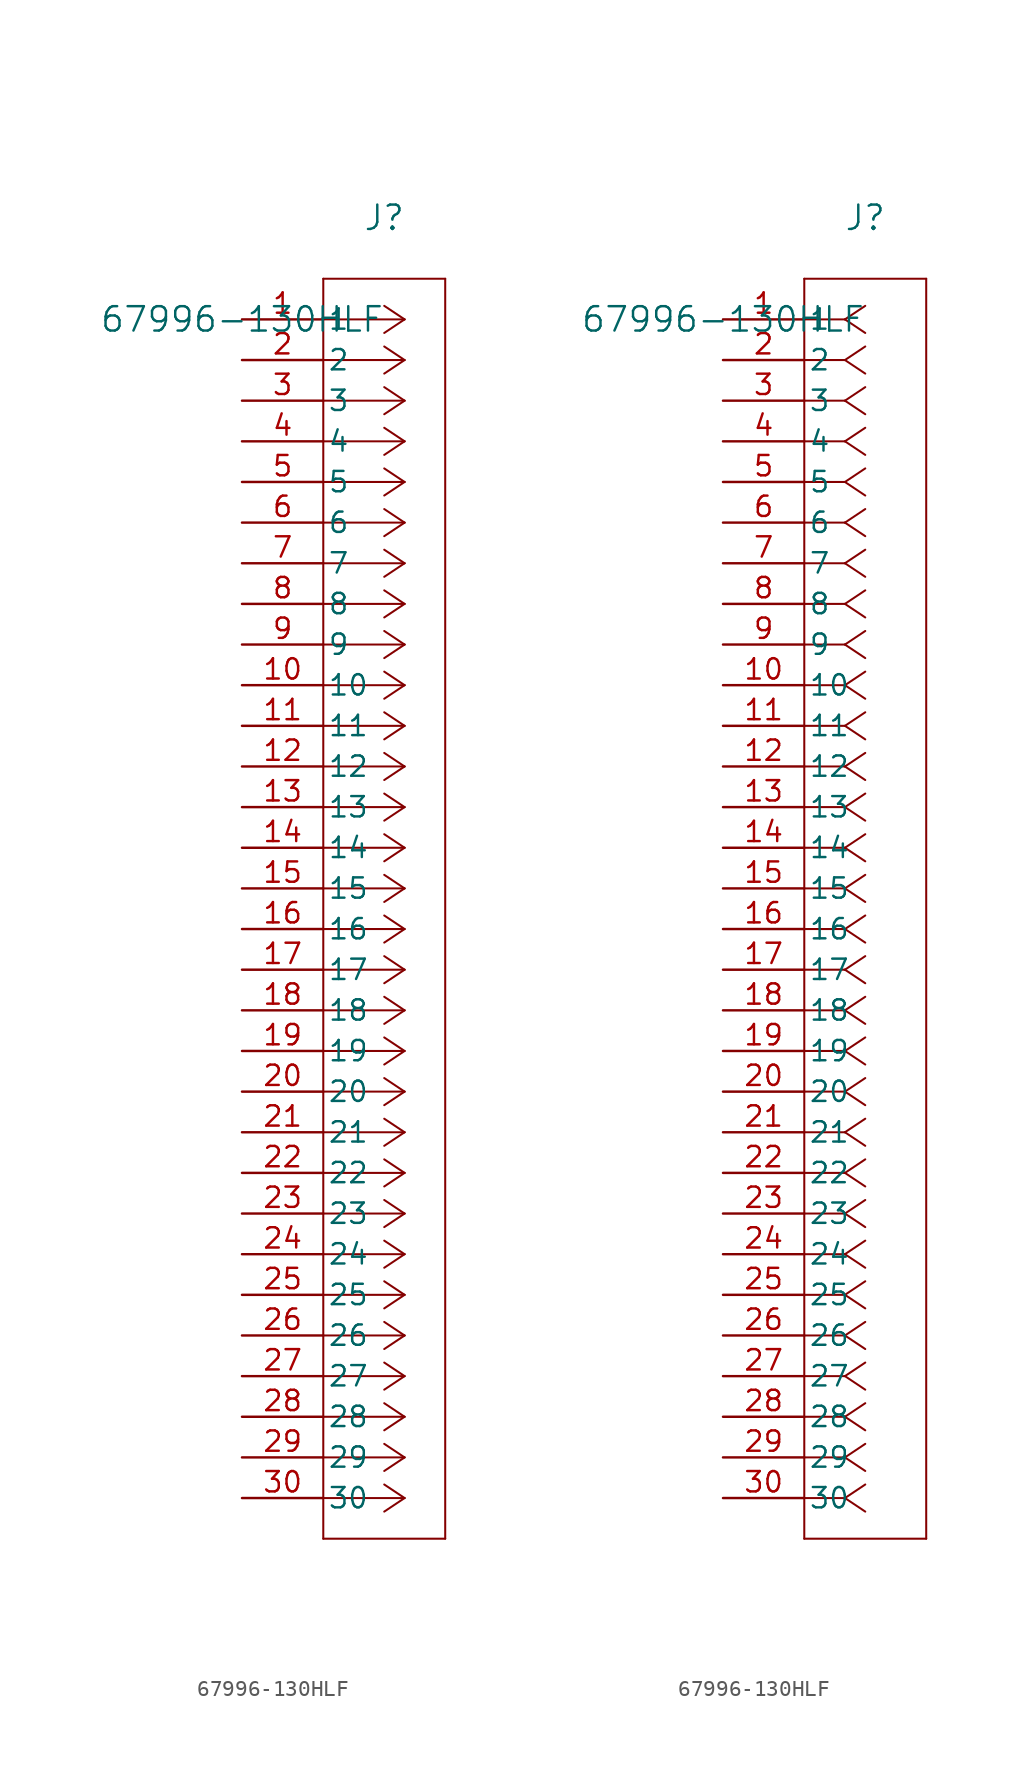
<source format=kicad_sym>
(kicad_symbol_lib
  (version 20211014)
  (generator kicad_symbol_editor)
  (symbol "67996-130HLF"
    (pin_names
      (offset 0.254))
    (property "Reference" "J"
      (at 8.89 6.35 0)
      (effects (font (size 1.524 1.524))))
    (property "Value" "67996-130HLF"
      (at 0 0 0)
      (effects (font (size 1.524 1.524))))
    (symbol "67996-130HLF_1_1"
      (polyline (pts (xy 10.16 0) (xy 5.08 0)) (stroke (width 0.127) (type default) (color 0 0 0 0)) (fill (type none)))
      (polyline (pts (xy 10.16 -2.54) (xy 5.08 -2.54)) (stroke (width 0.127) (type default) (color 0 0 0 0)) (fill (type none)))
      (polyline (pts (xy 10.16 -5.08) (xy 5.08 -5.08)) (stroke (width 0.127) (type default) (color 0 0 0 0)) (fill (type none)))
      (polyline (pts (xy 10.16 -7.62) (xy 5.08 -7.62)) (stroke (width 0.127) (type default) (color 0 0 0 0)) (fill (type none)))
      (polyline (pts (xy 10.16 -10.16) (xy 5.08 -10.16)) (stroke (width 0.127) (type default) (color 0 0 0 0)) (fill (type none)))
      (polyline (pts (xy 10.16 -12.7) (xy 5.08 -12.7)) (stroke (width 0.127) (type default) (color 0 0 0 0)) (fill (type none)))
      (polyline (pts (xy 10.16 -15.24) (xy 5.08 -15.24)) (stroke (width 0.127) (type default) (color 0 0 0 0)) (fill (type none)))
      (polyline (pts (xy 10.16 -17.78) (xy 5.08 -17.78)) (stroke (width 0.127) (type default) (color 0 0 0 0)) (fill (type none)))
      (polyline (pts (xy 10.16 -20.32) (xy 5.08 -20.32)) (stroke (width 0.127) (type default) (color 0 0 0 0)) (fill (type none)))
      (polyline (pts (xy 10.16 -22.86) (xy 5.08 -22.86)) (stroke (width 0.127) (type default) (color 0 0 0 0)) (fill (type none)))
      (polyline (pts (xy 10.16 -25.4) (xy 5.08 -25.4)) (stroke (width 0.127) (type default) (color 0 0 0 0)) (fill (type none)))
      (polyline (pts (xy 10.16 -27.94) (xy 5.08 -27.94)) (stroke (width 0.127) (type default) (color 0 0 0 0)) (fill (type none)))
      (polyline (pts (xy 10.16 -30.48) (xy 5.08 -30.48)) (stroke (width 0.127) (type default) (color 0 0 0 0)) (fill (type none)))
      (polyline (pts (xy 10.16 -33.02) (xy 5.08 -33.02)) (stroke (width 0.127) (type default) (color 0 0 0 0)) (fill (type none)))
      (polyline (pts (xy 10.16 -35.56) (xy 5.08 -35.56)) (stroke (width 0.127) (type default) (color 0 0 0 0)) (fill (type none)))
      (polyline (pts (xy 10.16 -38.1) (xy 5.08 -38.1)) (stroke (width 0.127) (type default) (color 0 0 0 0)) (fill (type none)))
      (polyline (pts (xy 10.16 -40.64) (xy 5.08 -40.64)) (stroke (width 0.127) (type default) (color 0 0 0 0)) (fill (type none)))
      (polyline (pts (xy 10.16 -43.18) (xy 5.08 -43.18)) (stroke (width 0.127) (type default) (color 0 0 0 0)) (fill (type none)))
      (polyline (pts (xy 10.16 -45.72) (xy 5.08 -45.72)) (stroke (width 0.127) (type default) (color 0 0 0 0)) (fill (type none)))
      (polyline (pts (xy 10.16 -48.26) (xy 5.08 -48.26)) (stroke (width 0.127) (type default) (color 0 0 0 0)) (fill (type none)))
      (polyline (pts (xy 10.16 -50.8) (xy 5.08 -50.8)) (stroke (width 0.127) (type default) (color 0 0 0 0)) (fill (type none)))
      (polyline (pts (xy 10.16 -53.34) (xy 5.08 -53.34)) (stroke (width 0.127) (type default) (color 0 0 0 0)) (fill (type none)))
      (polyline (pts (xy 10.16 -55.88) (xy 5.08 -55.88)) (stroke (width 0.127) (type default) (color 0 0 0 0)) (fill (type none)))
      (polyline (pts (xy 10.16 -58.42) (xy 5.08 -58.42)) (stroke (width 0.127) (type default) (color 0 0 0 0)) (fill (type none)))
      (polyline (pts (xy 10.16 -60.96) (xy 5.08 -60.96)) (stroke (width 0.127) (type default) (color 0 0 0 0)) (fill (type none)))
      (polyline (pts (xy 10.16 -63.5) (xy 5.08 -63.5)) (stroke (width 0.127) (type default) (color 0 0 0 0)) (fill (type none)))
      (polyline (pts (xy 10.16 -66.04) (xy 5.08 -66.04)) (stroke (width 0.127) (type default) (color 0 0 0 0)) (fill (type none)))
      (polyline (pts (xy 10.16 -68.58) (xy 5.08 -68.58)) (stroke (width 0.127) (type default) (color 0 0 0 0)) (fill (type none)))
      (polyline (pts (xy 10.16 -71.12) (xy 5.08 -71.12)) (stroke (width 0.127) (type default) (color 0 0 0 0)) (fill (type none)))
      (polyline (pts (xy 10.16 -73.66) (xy 5.08 -73.66)) (stroke (width 0.127) (type default) (color 0 0 0 0)) (fill (type none)))
      (polyline (pts (xy 10.16 0) (xy 8.89 0.847)) (stroke (width 0.127) (type default) (color 0 0 0 0)) (fill (type none)))
      (polyline (pts (xy 10.16 -2.54) (xy 8.89 -1.693)) (stroke (width 0.127) (type default) (color 0 0 0 0)) (fill (type none)))
      (polyline (pts (xy 10.16 -5.08) (xy 8.89 -4.233)) (stroke (width 0.127) (type default) (color 0 0 0 0)) (fill (type none)))
      (polyline (pts (xy 10.16 -7.62) (xy 8.89 -6.773)) (stroke (width 0.127) (type default) (color 0 0 0 0)) (fill (type none)))
      (polyline (pts (xy 10.16 -10.16) (xy 8.89 -9.313)) (stroke (width 0.127) (type default) (color 0 0 0 0)) (fill (type none)))
      (polyline (pts (xy 10.16 -12.7) (xy 8.89 -11.853)) (stroke (width 0.127) (type default) (color 0 0 0 0)) (fill (type none)))
      (polyline (pts (xy 10.16 -15.24) (xy 8.89 -14.393)) (stroke (width 0.127) (type default) (color 0 0 0 0)) (fill (type none)))
      (polyline (pts (xy 10.16 -17.78) (xy 8.89 -16.933)) (stroke (width 0.127) (type default) (color 0 0 0 0)) (fill (type none)))
      (polyline (pts (xy 10.16 -20.32) (xy 8.89 -19.473)) (stroke (width 0.127) (type default) (color 0 0 0 0)) (fill (type none)))
      (polyline (pts (xy 10.16 -22.86) (xy 8.89 -22.013)) (stroke (width 0.127) (type default) (color 0 0 0 0)) (fill (type none)))
      (polyline (pts (xy 10.16 -25.4) (xy 8.89 -24.553)) (stroke (width 0.127) (type default) (color 0 0 0 0)) (fill (type none)))
      (polyline (pts (xy 10.16 -27.94) (xy 8.89 -27.093)) (stroke (width 0.127) (type default) (color 0 0 0 0)) (fill (type none)))
      (polyline (pts (xy 10.16 -30.48) (xy 8.89 -29.633)) (stroke (width 0.127) (type default) (color 0 0 0 0)) (fill (type none)))
      (polyline (pts (xy 10.16 -33.02) (xy 8.89 -32.173)) (stroke (width 0.127) (type default) (color 0 0 0 0)) (fill (type none)))
      (polyline (pts (xy 10.16 -35.56) (xy 8.89 -34.713)) (stroke (width 0.127) (type default) (color 0 0 0 0)) (fill (type none)))
      (polyline (pts (xy 10.16 -38.1) (xy 8.89 -37.253)) (stroke (width 0.127) (type default) (color 0 0 0 0)) (fill (type none)))
      (polyline (pts (xy 10.16 -40.64) (xy 8.89 -39.793)) (stroke (width 0.127) (type default) (color 0 0 0 0)) (fill (type none)))
      (polyline (pts (xy 10.16 -43.18) (xy 8.89 -42.333)) (stroke (width 0.127) (type default) (color 0 0 0 0)) (fill (type none)))
      (polyline (pts (xy 10.16 -45.72) (xy 8.89 -44.873)) (stroke (width 0.127) (type default) (color 0 0 0 0)) (fill (type none)))
      (polyline (pts (xy 10.16 -48.26) (xy 8.89 -47.413)) (stroke (width 0.127) (type default) (color 0 0 0 0)) (fill (type none)))
      (polyline (pts (xy 10.16 -50.8) (xy 8.89 -49.953)) (stroke (width 0.127) (type default) (color 0 0 0 0)) (fill (type none)))
      (polyline (pts (xy 10.16 -53.34) (xy 8.89 -52.493)) (stroke (width 0.127) (type default) (color 0 0 0 0)) (fill (type none)))
      (polyline (pts (xy 10.16 -55.88) (xy 8.89 -55.033)) (stroke (width 0.127) (type default) (color 0 0 0 0)) (fill (type none)))
      (polyline (pts (xy 10.16 -58.42) (xy 8.89 -57.573)) (stroke (width 0.127) (type default) (color 0 0 0 0)) (fill (type none)))
      (polyline (pts (xy 10.16 -60.96) (xy 8.89 -60.113)) (stroke (width 0.127) (type default) (color 0 0 0 0)) (fill (type none)))
      (polyline (pts (xy 10.16 -63.5) (xy 8.89 -62.653)) (stroke (width 0.127) (type default) (color 0 0 0 0)) (fill (type none)))
      (polyline (pts (xy 10.16 -66.04) (xy 8.89 -65.193)) (stroke (width 0.127) (type default) (color 0 0 0 0)) (fill (type none)))
      (polyline (pts (xy 10.16 -68.58) (xy 8.89 -67.733)) (stroke (width 0.127) (type default) (color 0 0 0 0)) (fill (type none)))
      (polyline (pts (xy 10.16 -71.12) (xy 8.89 -70.273)) (stroke (width 0.127) (type default) (color 0 0 0 0)) (fill (type none)))
      (polyline (pts (xy 10.16 -73.66) (xy 8.89 -72.813)) (stroke (width 0.127) (type default) (color 0 0 0 0)) (fill (type none)))
      (polyline (pts (xy 10.16 0) (xy 8.89 -0.847)) (stroke (width 0.127) (type default) (color 0 0 0 0)) (fill (type none)))
      (polyline (pts (xy 10.16 -2.54) (xy 8.89 -3.387)) (stroke (width 0.127) (type default) (color 0 0 0 0)) (fill (type none)))
      (polyline (pts (xy 10.16 -5.08) (xy 8.89 -5.927)) (stroke (width 0.127) (type default) (color 0 0 0 0)) (fill (type none)))
      (polyline (pts (xy 10.16 -7.62) (xy 8.89 -8.467)) (stroke (width 0.127) (type default) (color 0 0 0 0)) (fill (type none)))
      (polyline (pts (xy 10.16 -10.16) (xy 8.89 -11.007)) (stroke (width 0.127) (type default) (color 0 0 0 0)) (fill (type none)))
      (polyline (pts (xy 10.16 -12.7) (xy 8.89 -13.547)) (stroke (width 0.127) (type default) (color 0 0 0 0)) (fill (type none)))
      (polyline (pts (xy 10.16 -15.24) (xy 8.89 -16.087)) (stroke (width 0.127) (type default) (color 0 0 0 0)) (fill (type none)))
      (polyline (pts (xy 10.16 -17.78) (xy 8.89 -18.627)) (stroke (width 0.127) (type default) (color 0 0 0 0)) (fill (type none)))
      (polyline (pts (xy 10.16 -20.32) (xy 8.89 -21.167)) (stroke (width 0.127) (type default) (color 0 0 0 0)) (fill (type none)))
      (polyline (pts (xy 10.16 -22.86) (xy 8.89 -23.707)) (stroke (width 0.127) (type default) (color 0 0 0 0)) (fill (type none)))
      (polyline (pts (xy 10.16 -25.4) (xy 8.89 -26.247)) (stroke (width 0.127) (type default) (color 0 0 0 0)) (fill (type none)))
      (polyline (pts (xy 10.16 -27.94) (xy 8.89 -28.787)) (stroke (width 0.127) (type default) (color 0 0 0 0)) (fill (type none)))
      (polyline (pts (xy 10.16 -30.48) (xy 8.89 -31.327)) (stroke (width 0.127) (type default) (color 0 0 0 0)) (fill (type none)))
      (polyline (pts (xy 10.16 -33.02) (xy 8.89 -33.867)) (stroke (width 0.127) (type default) (color 0 0 0 0)) (fill (type none)))
      (polyline (pts (xy 10.16 -35.56) (xy 8.89 -36.407)) (stroke (width 0.127) (type default) (color 0 0 0 0)) (fill (type none)))
      (polyline (pts (xy 10.16 -38.1) (xy 8.89 -38.947)) (stroke (width 0.127) (type default) (color 0 0 0 0)) (fill (type none)))
      (polyline (pts (xy 10.16 -40.64) (xy 8.89 -41.487)) (stroke (width 0.127) (type default) (color 0 0 0 0)) (fill (type none)))
      (polyline (pts (xy 10.16 -43.18) (xy 8.89 -44.027)) (stroke (width 0.127) (type default) (color 0 0 0 0)) (fill (type none)))
      (polyline (pts (xy 10.16 -45.72) (xy 8.89 -46.567)) (stroke (width 0.127) (type default) (color 0 0 0 0)) (fill (type none)))
      (polyline (pts (xy 10.16 -48.26) (xy 8.89 -49.107)) (stroke (width 0.127) (type default) (color 0 0 0 0)) (fill (type none)))
      (polyline (pts (xy 10.16 -50.8) (xy 8.89 -51.647)) (stroke (width 0.127) (type default) (color 0 0 0 0)) (fill (type none)))
      (polyline (pts (xy 10.16 -53.34) (xy 8.89 -54.187)) (stroke (width 0.127) (type default) (color 0 0 0 0)) (fill (type none)))
      (polyline (pts (xy 10.16 -55.88) (xy 8.89 -56.727)) (stroke (width 0.127) (type default) (color 0 0 0 0)) (fill (type none)))
      (polyline (pts (xy 10.16 -58.42) (xy 8.89 -59.267)) (stroke (width 0.127) (type default) (color 0 0 0 0)) (fill (type none)))
      (polyline (pts (xy 10.16 -60.96) (xy 8.89 -61.807)) (stroke (width 0.127) (type default) (color 0 0 0 0)) (fill (type none)))
      (polyline (pts (xy 10.16 -63.5) (xy 8.89 -64.347)) (stroke (width 0.127) (type default) (color 0 0 0 0)) (fill (type none)))
      (polyline (pts (xy 10.16 -66.04) (xy 8.89 -66.887)) (stroke (width 0.127) (type default) (color 0 0 0 0)) (fill (type none)))
      (polyline (pts (xy 10.16 -68.58) (xy 8.89 -69.427)) (stroke (width 0.127) (type default) (color 0 0 0 0)) (fill (type none)))
      (polyline (pts (xy 10.16 -71.12) (xy 8.89 -71.967)) (stroke (width 0.127) (type default) (color 0 0 0 0)) (fill (type none)))
      (polyline (pts (xy 10.16 -73.66) (xy 8.89 -74.507)) (stroke (width 0.127) (type default) (color 0 0 0 0)) (fill (type none)))
      (polyline (pts (xy 5.08 2.54) (xy 5.08 -76.2)) (stroke (width 0.127) (type default) (color 0 0 0 0)) (fill (type none)))
      (polyline (pts (xy 5.08 -76.2) (xy 12.7 -76.2)) (stroke (width 0.127) (type default) (color 0 0 0 0)) (fill (type none)))
      (polyline (pts (xy 12.7 -76.2) (xy 12.7 2.54)) (stroke (width 0.127) (type default) (color 0 0 0 0)) (fill (type none)))
      (polyline (pts (xy 12.7 2.54) (xy 5.08 2.54)) (stroke (width 0.127) (type default) (color 0 0 0 0)) (fill (type none)))
      (pin unspecified line (at 0 0 0) (length 5.08) (name "1" (effects (font (size 1.27 1.27)))) (number "1" (effects (font (size 1.27 1.27)))))
      (pin unspecified line (at 0 -2.54 0) (length 5.08) (name "2" (effects (font (size 1.27 1.27)))) (number "2" (effects (font (size 1.27 1.27)))))
      (pin unspecified line (at 0 -5.08 0) (length 5.08) (name "3" (effects (font (size 1.27 1.27)))) (number "3" (effects (font (size 1.27 1.27)))))
      (pin unspecified line (at 0 -7.62 0) (length 5.08) (name "4" (effects (font (size 1.27 1.27)))) (number "4" (effects (font (size 1.27 1.27)))))
      (pin unspecified line (at 0 -10.16 0) (length 5.08) (name "5" (effects (font (size 1.27 1.27)))) (number "5" (effects (font (size 1.27 1.27)))))
      (pin unspecified line (at 0 -12.7 0) (length 5.08) (name "6" (effects (font (size 1.27 1.27)))) (number "6" (effects (font (size 1.27 1.27)))))
      (pin unspecified line (at 0 -15.24 0) (length 5.08) (name "7" (effects (font (size 1.27 1.27)))) (number "7" (effects (font (size 1.27 1.27)))))
      (pin unspecified line (at 0 -17.78 0) (length 5.08) (name "8" (effects (font (size 1.27 1.27)))) (number "8" (effects (font (size 1.27 1.27)))))
      (pin unspecified line (at 0 -20.32 0) (length 5.08) (name "9" (effects (font (size 1.27 1.27)))) (number "9" (effects (font (size 1.27 1.27)))))
      (pin unspecified line (at 0 -22.86 0) (length 5.08) (name "10" (effects (font (size 1.27 1.27)))) (number "10" (effects (font (size 1.27 1.27)))))
      (pin unspecified line (at 0 -25.4 0) (length 5.08) (name "11" (effects (font (size 1.27 1.27)))) (number "11" (effects (font (size 1.27 1.27)))))
      (pin unspecified line (at 0 -27.94 0) (length 5.08) (name "12" (effects (font (size 1.27 1.27)))) (number "12" (effects (font (size 1.27 1.27)))))
      (pin unspecified line (at 0 -30.48 0) (length 5.08) (name "13" (effects (font (size 1.27 1.27)))) (number "13" (effects (font (size 1.27 1.27)))))
      (pin unspecified line (at 0 -33.02 0) (length 5.08) (name "14" (effects (font (size 1.27 1.27)))) (number "14" (effects (font (size 1.27 1.27)))))
      (pin unspecified line (at 0 -35.56 0) (length 5.08) (name "15" (effects (font (size 1.27 1.27)))) (number "15" (effects (font (size 1.27 1.27)))))
      (pin unspecified line (at 0 -38.1 0) (length 5.08) (name "16" (effects (font (size 1.27 1.27)))) (number "16" (effects (font (size 1.27 1.27)))))
      (pin unspecified line (at 0 -40.64 0) (length 5.08) (name "17" (effects (font (size 1.27 1.27)))) (number "17" (effects (font (size 1.27 1.27)))))
      (pin unspecified line (at 0 -43.18 0) (length 5.08) (name "18" (effects (font (size 1.27 1.27)))) (number "18" (effects (font (size 1.27 1.27)))))
      (pin unspecified line (at 0 -45.72 0) (length 5.08) (name "19" (effects (font (size 1.27 1.27)))) (number "19" (effects (font (size 1.27 1.27)))))
      (pin unspecified line (at 0 -48.26 0) (length 5.08) (name "20" (effects (font (size 1.27 1.27)))) (number "20" (effects (font (size 1.27 1.27)))))
      (pin unspecified line (at 0 -50.8 0) (length 5.08) (name "21" (effects (font (size 1.27 1.27)))) (number "21" (effects (font (size 1.27 1.27)))))
      (pin unspecified line (at 0 -53.34 0) (length 5.08) (name "22" (effects (font (size 1.27 1.27)))) (number "22" (effects (font (size 1.27 1.27)))))
      (pin unspecified line (at 0 -55.88 0) (length 5.08) (name "23" (effects (font (size 1.27 1.27)))) (number "23" (effects (font (size 1.27 1.27)))))
      (pin unspecified line (at 0 -58.42 0) (length 5.08) (name "24" (effects (font (size 1.27 1.27)))) (number "24" (effects (font (size 1.27 1.27)))))
      (pin unspecified line (at 0 -60.96 0) (length 5.08) (name "25" (effects (font (size 1.27 1.27)))) (number "25" (effects (font (size 1.27 1.27)))))
      (pin unspecified line (at 0 -63.5 0) (length 5.08) (name "26" (effects (font (size 1.27 1.27)))) (number "26" (effects (font (size 1.27 1.27)))))
      (pin unspecified line (at 0 -66.04 0) (length 5.08) (name "27" (effects (font (size 1.27 1.27)))) (number "27" (effects (font (size 1.27 1.27)))))
      (pin unspecified line (at 0 -68.58 0) (length 5.08) (name "28" (effects (font (size 1.27 1.27)))) (number "28" (effects (font (size 1.27 1.27)))))
      (pin unspecified line (at 0 -71.12 0) (length 5.08) (name "29" (effects (font (size 1.27 1.27)))) (number "29" (effects (font (size 1.27 1.27)))))
      (pin unspecified line (at 0 -73.66 0) (length 5.08) (name "30" (effects (font (size 1.27 1.27)))) (number "30" (effects (font (size 1.27 1.27))))))
    (symbol "67996-130HLF_1_2"
      (polyline (pts (xy 7.62 0) (xy 5.08 0)) (stroke (width 0.127) (type default) (color 0 0 0 0)) (fill (type none)))
      (polyline (pts (xy 7.62 -2.54) (xy 5.08 -2.54)) (stroke (width 0.127) (type default) (color 0 0 0 0)) (fill (type none)))
      (polyline (pts (xy 7.62 -5.08) (xy 5.08 -5.08)) (stroke (width 0.127) (type default) (color 0 0 0 0)) (fill (type none)))
      (polyline (pts (xy 7.62 -7.62) (xy 5.08 -7.62)) (stroke (width 0.127) (type default) (color 0 0 0 0)) (fill (type none)))
      (polyline (pts (xy 7.62 -10.16) (xy 5.08 -10.16)) (stroke (width 0.127) (type default) (color 0 0 0 0)) (fill (type none)))
      (polyline (pts (xy 7.62 -12.7) (xy 5.08 -12.7)) (stroke (width 0.127) (type default) (color 0 0 0 0)) (fill (type none)))
      (polyline (pts (xy 7.62 -15.24) (xy 5.08 -15.24)) (stroke (width 0.127) (type default) (color 0 0 0 0)) (fill (type none)))
      (polyline (pts (xy 7.62 -17.78) (xy 5.08 -17.78)) (stroke (width 0.127) (type default) (color 0 0 0 0)) (fill (type none)))
      (polyline (pts (xy 7.62 -20.32) (xy 5.08 -20.32)) (stroke (width 0.127) (type default) (color 0 0 0 0)) (fill (type none)))
      (polyline (pts (xy 7.62 -22.86) (xy 5.08 -22.86)) (stroke (width 0.127) (type default) (color 0 0 0 0)) (fill (type none)))
      (polyline (pts (xy 7.62 -25.4) (xy 5.08 -25.4)) (stroke (width 0.127) (type default) (color 0 0 0 0)) (fill (type none)))
      (polyline (pts (xy 7.62 -27.94) (xy 5.08 -27.94)) (stroke (width 0.127) (type default) (color 0 0 0 0)) (fill (type none)))
      (polyline (pts (xy 7.62 -30.48) (xy 5.08 -30.48)) (stroke (width 0.127) (type default) (color 0 0 0 0)) (fill (type none)))
      (polyline (pts (xy 7.62 -33.02) (xy 5.08 -33.02)) (stroke (width 0.127) (type default) (color 0 0 0 0)) (fill (type none)))
      (polyline (pts (xy 7.62 -35.56) (xy 5.08 -35.56)) (stroke (width 0.127) (type default) (color 0 0 0 0)) (fill (type none)))
      (polyline (pts (xy 7.62 -38.1) (xy 5.08 -38.1)) (stroke (width 0.127) (type default) (color 0 0 0 0)) (fill (type none)))
      (polyline (pts (xy 7.62 -40.64) (xy 5.08 -40.64)) (stroke (width 0.127) (type default) (color 0 0 0 0)) (fill (type none)))
      (polyline (pts (xy 7.62 -43.18) (xy 5.08 -43.18)) (stroke (width 0.127) (type default) (color 0 0 0 0)) (fill (type none)))
      (polyline (pts (xy 7.62 -45.72) (xy 5.08 -45.72)) (stroke (width 0.127) (type default) (color 0 0 0 0)) (fill (type none)))
      (polyline (pts (xy 7.62 -48.26) (xy 5.08 -48.26)) (stroke (width 0.127) (type default) (color 0 0 0 0)) (fill (type none)))
      (polyline (pts (xy 7.62 -50.8) (xy 5.08 -50.8)) (stroke (width 0.127) (type default) (color 0 0 0 0)) (fill (type none)))
      (polyline (pts (xy 7.62 -53.34) (xy 5.08 -53.34)) (stroke (width 0.127) (type default) (color 0 0 0 0)) (fill (type none)))
      (polyline (pts (xy 7.62 -55.88) (xy 5.08 -55.88)) (stroke (width 0.127) (type default) (color 0 0 0 0)) (fill (type none)))
      (polyline (pts (xy 7.62 -58.42) (xy 5.08 -58.42)) (stroke (width 0.127) (type default) (color 0 0 0 0)) (fill (type none)))
      (polyline (pts (xy 7.62 -60.96) (xy 5.08 -60.96)) (stroke (width 0.127) (type default) (color 0 0 0 0)) (fill (type none)))
      (polyline (pts (xy 7.62 -63.5) (xy 5.08 -63.5)) (stroke (width 0.127) (type default) (color 0 0 0 0)) (fill (type none)))
      (polyline (pts (xy 7.62 -66.04) (xy 5.08 -66.04)) (stroke (width 0.127) (type default) (color 0 0 0 0)) (fill (type none)))
      (polyline (pts (xy 7.62 -68.58) (xy 5.08 -68.58)) (stroke (width 0.127) (type default) (color 0 0 0 0)) (fill (type none)))
      (polyline (pts (xy 7.62 -71.12) (xy 5.08 -71.12)) (stroke (width 0.127) (type default) (color 0 0 0 0)) (fill (type none)))
      (polyline (pts (xy 7.62 -73.66) (xy 5.08 -73.66)) (stroke (width 0.127) (type default) (color 0 0 0 0)) (fill (type none)))
      (polyline (pts (xy 7.62 0) (xy 8.89 0.847)) (stroke (width 0.127) (type default) (color 0 0 0 0)) (fill (type none)))
      (polyline (pts (xy 7.62 -2.54) (xy 8.89 -1.693)) (stroke (width 0.127) (type default) (color 0 0 0 0)) (fill (type none)))
      (polyline (pts (xy 7.62 -5.08) (xy 8.89 -4.233)) (stroke (width 0.127) (type default) (color 0 0 0 0)) (fill (type none)))
      (polyline (pts (xy 7.62 -7.62) (xy 8.89 -6.773)) (stroke (width 0.127) (type default) (color 0 0 0 0)) (fill (type none)))
      (polyline (pts (xy 7.62 -10.16) (xy 8.89 -9.313)) (stroke (width 0.127) (type default) (color 0 0 0 0)) (fill (type none)))
      (polyline (pts (xy 7.62 -12.7) (xy 8.89 -11.853)) (stroke (width 0.127) (type default) (color 0 0 0 0)) (fill (type none)))
      (polyline (pts (xy 7.62 -15.24) (xy 8.89 -14.393)) (stroke (width 0.127) (type default) (color 0 0 0 0)) (fill (type none)))
      (polyline (pts (xy 7.62 -17.78) (xy 8.89 -16.933)) (stroke (width 0.127) (type default) (color 0 0 0 0)) (fill (type none)))
      (polyline (pts (xy 7.62 -20.32) (xy 8.89 -19.473)) (stroke (width 0.127) (type default) (color 0 0 0 0)) (fill (type none)))
      (polyline (pts (xy 7.62 -22.86) (xy 8.89 -22.013)) (stroke (width 0.127) (type default) (color 0 0 0 0)) (fill (type none)))
      (polyline (pts (xy 7.62 -25.4) (xy 8.89 -24.553)) (stroke (width 0.127) (type default) (color 0 0 0 0)) (fill (type none)))
      (polyline (pts (xy 7.62 -27.94) (xy 8.89 -27.093)) (stroke (width 0.127) (type default) (color 0 0 0 0)) (fill (type none)))
      (polyline (pts (xy 7.62 -30.48) (xy 8.89 -29.633)) (stroke (width 0.127) (type default) (color 0 0 0 0)) (fill (type none)))
      (polyline (pts (xy 7.62 -33.02) (xy 8.89 -32.173)) (stroke (width 0.127) (type default) (color 0 0 0 0)) (fill (type none)))
      (polyline (pts (xy 7.62 -35.56) (xy 8.89 -34.713)) (stroke (width 0.127) (type default) (color 0 0 0 0)) (fill (type none)))
      (polyline (pts (xy 7.62 -38.1) (xy 8.89 -37.253)) (stroke (width 0.127) (type default) (color 0 0 0 0)) (fill (type none)))
      (polyline (pts (xy 7.62 -40.64) (xy 8.89 -39.793)) (stroke (width 0.127) (type default) (color 0 0 0 0)) (fill (type none)))
      (polyline (pts (xy 7.62 -43.18) (xy 8.89 -42.333)) (stroke (width 0.127) (type default) (color 0 0 0 0)) (fill (type none)))
      (polyline (pts (xy 7.62 -45.72) (xy 8.89 -44.873)) (stroke (width 0.127) (type default) (color 0 0 0 0)) (fill (type none)))
      (polyline (pts (xy 7.62 -48.26) (xy 8.89 -47.413)) (stroke (width 0.127) (type default) (color 0 0 0 0)) (fill (type none)))
      (polyline (pts (xy 7.62 -50.8) (xy 8.89 -49.953)) (stroke (width 0.127) (type default) (color 0 0 0 0)) (fill (type none)))
      (polyline (pts (xy 7.62 -53.34) (xy 8.89 -52.493)) (stroke (width 0.127) (type default) (color 0 0 0 0)) (fill (type none)))
      (polyline (pts (xy 7.62 -55.88) (xy 8.89 -55.033)) (stroke (width 0.127) (type default) (color 0 0 0 0)) (fill (type none)))
      (polyline (pts (xy 7.62 -58.42) (xy 8.89 -57.573)) (stroke (width 0.127) (type default) (color 0 0 0 0)) (fill (type none)))
      (polyline (pts (xy 7.62 -60.96) (xy 8.89 -60.113)) (stroke (width 0.127) (type default) (color 0 0 0 0)) (fill (type none)))
      (polyline (pts (xy 7.62 -63.5) (xy 8.89 -62.653)) (stroke (width 0.127) (type default) (color 0 0 0 0)) (fill (type none)))
      (polyline (pts (xy 7.62 -66.04) (xy 8.89 -65.193)) (stroke (width 0.127) (type default) (color 0 0 0 0)) (fill (type none)))
      (polyline (pts (xy 7.62 -68.58) (xy 8.89 -67.733)) (stroke (width 0.127) (type default) (color 0 0 0 0)) (fill (type none)))
      (polyline (pts (xy 7.62 -71.12) (xy 8.89 -70.273)) (stroke (width 0.127) (type default) (color 0 0 0 0)) (fill (type none)))
      (polyline (pts (xy 7.62 -73.66) (xy 8.89 -72.813)) (stroke (width 0.127) (type default) (color 0 0 0 0)) (fill (type none)))
      (polyline (pts (xy 7.62 0) (xy 8.89 -0.847)) (stroke (width 0.127) (type default) (color 0 0 0 0)) (fill (type none)))
      (polyline (pts (xy 7.62 -2.54) (xy 8.89 -3.387)) (stroke (width 0.127) (type default) (color 0 0 0 0)) (fill (type none)))
      (polyline (pts (xy 7.62 -5.08) (xy 8.89 -5.927)) (stroke (width 0.127) (type default) (color 0 0 0 0)) (fill (type none)))
      (polyline (pts (xy 7.62 -7.62) (xy 8.89 -8.467)) (stroke (width 0.127) (type default) (color 0 0 0 0)) (fill (type none)))
      (polyline (pts (xy 7.62 -10.16) (xy 8.89 -11.007)) (stroke (width 0.127) (type default) (color 0 0 0 0)) (fill (type none)))
      (polyline (pts (xy 7.62 -12.7) (xy 8.89 -13.547)) (stroke (width 0.127) (type default) (color 0 0 0 0)) (fill (type none)))
      (polyline (pts (xy 7.62 -15.24) (xy 8.89 -16.087)) (stroke (width 0.127) (type default) (color 0 0 0 0)) (fill (type none)))
      (polyline (pts (xy 7.62 -17.78) (xy 8.89 -18.627)) (stroke (width 0.127) (type default) (color 0 0 0 0)) (fill (type none)))
      (polyline (pts (xy 7.62 -20.32) (xy 8.89 -21.167)) (stroke (width 0.127) (type default) (color 0 0 0 0)) (fill (type none)))
      (polyline (pts (xy 7.62 -22.86) (xy 8.89 -23.707)) (stroke (width 0.127) (type default) (color 0 0 0 0)) (fill (type none)))
      (polyline (pts (xy 7.62 -25.4) (xy 8.89 -26.247)) (stroke (width 0.127) (type default) (color 0 0 0 0)) (fill (type none)))
      (polyline (pts (xy 7.62 -27.94) (xy 8.89 -28.787)) (stroke (width 0.127) (type default) (color 0 0 0 0)) (fill (type none)))
      (polyline (pts (xy 7.62 -30.48) (xy 8.89 -31.327)) (stroke (width 0.127) (type default) (color 0 0 0 0)) (fill (type none)))
      (polyline (pts (xy 7.62 -33.02) (xy 8.89 -33.867)) (stroke (width 0.127) (type default) (color 0 0 0 0)) (fill (type none)))
      (polyline (pts (xy 7.62 -35.56) (xy 8.89 -36.407)) (stroke (width 0.127) (type default) (color 0 0 0 0)) (fill (type none)))
      (polyline (pts (xy 7.62 -38.1) (xy 8.89 -38.947)) (stroke (width 0.127) (type default) (color 0 0 0 0)) (fill (type none)))
      (polyline (pts (xy 7.62 -40.64) (xy 8.89 -41.487)) (stroke (width 0.127) (type default) (color 0 0 0 0)) (fill (type none)))
      (polyline (pts (xy 7.62 -43.18) (xy 8.89 -44.027)) (stroke (width 0.127) (type default) (color 0 0 0 0)) (fill (type none)))
      (polyline (pts (xy 7.62 -45.72) (xy 8.89 -46.567)) (stroke (width 0.127) (type default) (color 0 0 0 0)) (fill (type none)))
      (polyline (pts (xy 7.62 -48.26) (xy 8.89 -49.107)) (stroke (width 0.127) (type default) (color 0 0 0 0)) (fill (type none)))
      (polyline (pts (xy 7.62 -50.8) (xy 8.89 -51.647)) (stroke (width 0.127) (type default) (color 0 0 0 0)) (fill (type none)))
      (polyline (pts (xy 7.62 -53.34) (xy 8.89 -54.187)) (stroke (width 0.127) (type default) (color 0 0 0 0)) (fill (type none)))
      (polyline (pts (xy 7.62 -55.88) (xy 8.89 -56.727)) (stroke (width 0.127) (type default) (color 0 0 0 0)) (fill (type none)))
      (polyline (pts (xy 7.62 -58.42) (xy 8.89 -59.267)) (stroke (width 0.127) (type default) (color 0 0 0 0)) (fill (type none)))
      (polyline (pts (xy 7.62 -60.96) (xy 8.89 -61.807)) (stroke (width 0.127) (type default) (color 0 0 0 0)) (fill (type none)))
      (polyline (pts (xy 7.62 -63.5) (xy 8.89 -64.347)) (stroke (width 0.127) (type default) (color 0 0 0 0)) (fill (type none)))
      (polyline (pts (xy 7.62 -66.04) (xy 8.89 -66.887)) (stroke (width 0.127) (type default) (color 0 0 0 0)) (fill (type none)))
      (polyline (pts (xy 7.62 -68.58) (xy 8.89 -69.427)) (stroke (width 0.127) (type default) (color 0 0 0 0)) (fill (type none)))
      (polyline (pts (xy 7.62 -71.12) (xy 8.89 -71.967)) (stroke (width 0.127) (type default) (color 0 0 0 0)) (fill (type none)))
      (polyline (pts (xy 7.62 -73.66) (xy 8.89 -74.507)) (stroke (width 0.127) (type default) (color 0 0 0 0)) (fill (type none)))
      (polyline (pts (xy 5.08 2.54) (xy 5.08 -76.2)) (stroke (width 0.127) (type default) (color 0 0 0 0)) (fill (type none)))
      (polyline (pts (xy 5.08 -76.2) (xy 12.7 -76.2)) (stroke (width 0.127) (type default) (color 0 0 0 0)) (fill (type none)))
      (polyline (pts (xy 12.7 -76.2) (xy 12.7 2.54)) (stroke (width 0.127) (type default) (color 0 0 0 0)) (fill (type none)))
      (polyline (pts (xy 12.7 2.54) (xy 5.08 2.54)) (stroke (width 0.127) (type default) (color 0 0 0 0)) (fill (type none)))
      (pin unspecified line (at 0 0 0) (length 5.08) (name "1" (effects (font (size 1.27 1.27)))) (number "1" (effects (font (size 1.27 1.27)))))
      (pin unspecified line (at 0 -2.54 0) (length 5.08) (name "2" (effects (font (size 1.27 1.27)))) (number "2" (effects (font (size 1.27 1.27)))))
      (pin unspecified line (at 0 -5.08 0) (length 5.08) (name "3" (effects (font (size 1.27 1.27)))) (number "3" (effects (font (size 1.27 1.27)))))
      (pin unspecified line (at 0 -7.62 0) (length 5.08) (name "4" (effects (font (size 1.27 1.27)))) (number "4" (effects (font (size 1.27 1.27)))))
      (pin unspecified line (at 0 -10.16 0) (length 5.08) (name "5" (effects (font (size 1.27 1.27)))) (number "5" (effects (font (size 1.27 1.27)))))
      (pin unspecified line (at 0 -12.7 0) (length 5.08) (name "6" (effects (font (size 1.27 1.27)))) (number "6" (effects (font (size 1.27 1.27)))))
      (pin unspecified line (at 0 -15.24 0) (length 5.08) (name "7" (effects (font (size 1.27 1.27)))) (number "7" (effects (font (size 1.27 1.27)))))
      (pin unspecified line (at 0 -17.78 0) (length 5.08) (name "8" (effects (font (size 1.27 1.27)))) (number "8" (effects (font (size 1.27 1.27)))))
      (pin unspecified line (at 0 -20.32 0) (length 5.08) (name "9" (effects (font (size 1.27 1.27)))) (number "9" (effects (font (size 1.27 1.27)))))
      (pin unspecified line (at 0 -22.86 0) (length 5.08) (name "10" (effects (font (size 1.27 1.27)))) (number "10" (effects (font (size 1.27 1.27)))))
      (pin unspecified line (at 0 -25.4 0) (length 5.08) (name "11" (effects (font (size 1.27 1.27)))) (number "11" (effects (font (size 1.27 1.27)))))
      (pin unspecified line (at 0 -27.94 0) (length 5.08) (name "12" (effects (font (size 1.27 1.27)))) (number "12" (effects (font (size 1.27 1.27)))))
      (pin unspecified line (at 0 -30.48 0) (length 5.08) (name "13" (effects (font (size 1.27 1.27)))) (number "13" (effects (font (size 1.27 1.27)))))
      (pin unspecified line (at 0 -33.02 0) (length 5.08) (name "14" (effects (font (size 1.27 1.27)))) (number "14" (effects (font (size 1.27 1.27)))))
      (pin unspecified line (at 0 -35.56 0) (length 5.08) (name "15" (effects (font (size 1.27 1.27)))) (number "15" (effects (font (size 1.27 1.27)))))
      (pin unspecified line (at 0 -38.1 0) (length 5.08) (name "16" (effects (font (size 1.27 1.27)))) (number "16" (effects (font (size 1.27 1.27)))))
      (pin unspecified line (at 0 -40.64 0) (length 5.08) (name "17" (effects (font (size 1.27 1.27)))) (number "17" (effects (font (size 1.27 1.27)))))
      (pin unspecified line (at 0 -43.18 0) (length 5.08) (name "18" (effects (font (size 1.27 1.27)))) (number "18" (effects (font (size 1.27 1.27)))))
      (pin unspecified line (at 0 -45.72 0) (length 5.08) (name "19" (effects (font (size 1.27 1.27)))) (number "19" (effects (font (size 1.27 1.27)))))
      (pin unspecified line (at 0 -48.26 0) (length 5.08) (name "20" (effects (font (size 1.27 1.27)))) (number "20" (effects (font (size 1.27 1.27)))))
      (pin unspecified line (at 0 -50.8 0) (length 5.08) (name "21" (effects (font (size 1.27 1.27)))) (number "21" (effects (font (size 1.27 1.27)))))
      (pin unspecified line (at 0 -53.34 0) (length 5.08) (name "22" (effects (font (size 1.27 1.27)))) (number "22" (effects (font (size 1.27 1.27)))))
      (pin unspecified line (at 0 -55.88 0) (length 5.08) (name "23" (effects (font (size 1.27 1.27)))) (number "23" (effects (font (size 1.27 1.27)))))
      (pin unspecified line (at 0 -58.42 0) (length 5.08) (name "24" (effects (font (size 1.27 1.27)))) (number "24" (effects (font (size 1.27 1.27)))))
      (pin unspecified line (at 0 -60.96 0) (length 5.08) (name "25" (effects (font (size 1.27 1.27)))) (number "25" (effects (font (size 1.27 1.27)))))
      (pin unspecified line (at 0 -63.5 0) (length 5.08) (name "26" (effects (font (size 1.27 1.27)))) (number "26" (effects (font (size 1.27 1.27)))))
      (pin unspecified line (at 0 -66.04 0) (length 5.08) (name "27" (effects (font (size 1.27 1.27)))) (number "27" (effects (font (size 1.27 1.27)))))
      (pin unspecified line (at 0 -68.58 0) (length 5.08) (name "28" (effects (font (size 1.27 1.27)))) (number "28" (effects (font (size 1.27 1.27)))))
      (pin unspecified line (at 0 -71.12 0) (length 5.08) (name "29" (effects (font (size 1.27 1.27)))) (number "29" (effects (font (size 1.27 1.27)))))
      (pin unspecified line (at 0 -73.66 0) (length 5.08) (name "30" (effects (font (size 1.27 1.27)))) (number "30" (effects (font (size 1.27 1.27))))))))
</source>
